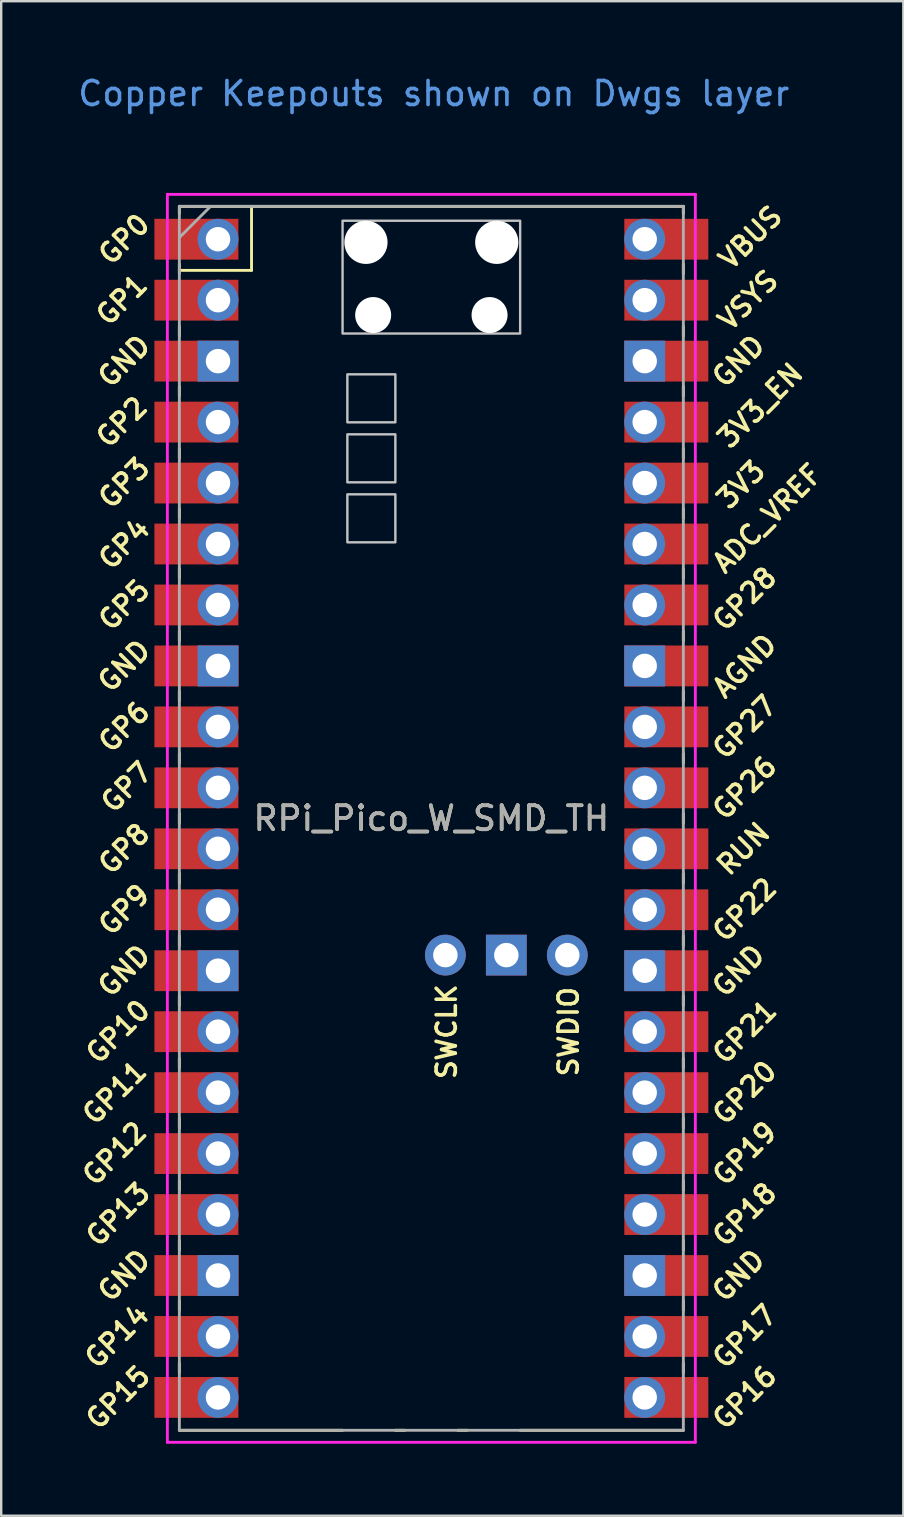
<source format=kicad_pcb>
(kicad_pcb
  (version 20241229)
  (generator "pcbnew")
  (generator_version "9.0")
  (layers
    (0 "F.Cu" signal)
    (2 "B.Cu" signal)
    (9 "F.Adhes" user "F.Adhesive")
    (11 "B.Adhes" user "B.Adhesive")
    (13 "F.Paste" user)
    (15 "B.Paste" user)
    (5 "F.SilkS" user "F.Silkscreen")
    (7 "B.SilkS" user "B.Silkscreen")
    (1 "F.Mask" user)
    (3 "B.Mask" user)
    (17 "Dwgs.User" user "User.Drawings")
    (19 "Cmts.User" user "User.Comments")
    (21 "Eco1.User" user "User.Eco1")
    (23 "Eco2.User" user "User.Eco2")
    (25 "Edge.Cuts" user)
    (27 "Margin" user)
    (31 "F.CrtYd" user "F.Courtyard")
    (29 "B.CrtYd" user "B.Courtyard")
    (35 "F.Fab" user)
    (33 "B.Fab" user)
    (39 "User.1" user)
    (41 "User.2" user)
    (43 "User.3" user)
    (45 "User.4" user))
  (footprint "RPi_Pico_W_SMD_TH"
    (layer "F.Cu")
    (at 14.924 31.048)
    (property "Reference" "RPi_Pico_W_SMD_TH" (at 0 0 0) (layer "F.SilkS") (effects (font (size 1 1) (thickness 0.15))))
    (attr through_hole)
    (fp_line (start -10.5 -25.5) (end -10.5 -25.2) (stroke (width 0.12) (type solid)) (layer "F.SilkS"))
    (fp_line (start -10.5 -25.5) (end 10.5 -25.5) (stroke (width 0.12) (type solid)) (layer "F.SilkS"))
    (fp_line (start -10.5 -23.1) (end -10.5 -22.7) (stroke (width 0.12) (type solid)) (layer "F.SilkS"))
    (fp_line (start -10.5 -22.833) (end -7.493 -22.833) (stroke (width 0.12) (type solid)) (layer "F.SilkS"))
    (fp_line (start -10.5 -20.5) (end -10.5 -20.1) (stroke (width 0.12) (type solid)) (layer "F.SilkS"))
    (fp_line (start -10.5 -18) (end -10.5 -17.6) (stroke (width 0.12) (type solid)) (layer "F.SilkS"))
    (fp_line (start -10.5 -15.4) (end -10.5 -15) (stroke (width 0.12) (type solid)) (layer "F.SilkS"))
    (fp_line (start -10.5 -12.9) (end -10.5 -12.5) (stroke (width 0.12) (type solid)) (layer "F.SilkS"))
    (fp_line (start -10.5 -10.4) (end -10.5 -10) (stroke (width 0.12) (type solid)) (layer "F.SilkS"))
    (fp_line (start -10.5 -7.8) (end -10.5 -7.4) (stroke (width 0.12) (type solid)) (layer "F.SilkS"))
    (fp_line (start -10.5 -5.3) (end -10.5 -4.9) (stroke (width 0.12) (type solid)) (layer "F.SilkS"))
    (fp_line (start -10.5 -2.7) (end -10.5 -2.3) (stroke (width 0.12) (type solid)) (layer "F.SilkS"))
    (fp_line (start -10.5 -0.2) (end -10.5 0.2) (stroke (width 0.12) (type solid)) (layer "F.SilkS"))
    (fp_line (start -10.5 2.3) (end -10.5 2.7) (stroke (width 0.12) (type solid)) (layer "F.SilkS"))
    (fp_line (start -10.5 4.9) (end -10.5 5.3) (stroke (width 0.12) (type solid)) (layer "F.SilkS"))
    (fp_line (start -10.5 7.4) (end -10.5 7.8) (stroke (width 0.12) (type solid)) (layer "F.SilkS"))
    (fp_line (start -10.5 10) (end -10.5 10.4) (stroke (width 0.12) (type solid)) (layer "F.SilkS"))
    (fp_line (start -10.5 12.5) (end -10.5 12.9) (stroke (width 0.12) (type solid)) (layer "F.SilkS"))
    (fp_line (start -10.5 15.1) (end -10.5 15.5) (stroke (width 0.12) (type solid)) (layer "F.SilkS"))
    (fp_line (start -10.5 17.6) (end -10.5 18) (stroke (width 0.12) (type solid)) (layer "F.SilkS"))
    (fp_line (start -10.5 20.1) (end -10.5 20.5) (stroke (width 0.12) (type solid)) (layer "F.SilkS"))
    (fp_line (start -10.5 22.7) (end -10.5 23.1) (stroke (width 0.12) (type solid)) (layer "F.SilkS"))
    (fp_line (start -7.493 -22.833) (end -7.493 -25.5) (stroke (width 0.12) (type solid)) (layer "F.SilkS"))
    (fp_line (start -3.7 25.5) (end -10.5 25.5) (stroke (width 0.12) (type solid)) (layer "F.SilkS"))
    (fp_line (start -1.5 25.5) (end -1.1 25.5) (stroke (width 0.12) (type solid)) (layer "F.SilkS"))
    (fp_line (start 1.1 25.5) (end 1.5 25.5) (stroke (width 0.12) (type solid)) (layer "F.SilkS"))
    (fp_line (start 10.5 -25.5) (end 10.5 -25.2) (stroke (width 0.12) (type solid)) (layer "F.SilkS"))
    (fp_line (start 10.5 -23.1) (end 10.5 -22.7) (stroke (width 0.12) (type solid)) (layer "F.SilkS"))
    (fp_line (start 10.5 -20.5) (end 10.5 -20.1) (stroke (width 0.12) (type solid)) (layer "F.SilkS"))
    (fp_line (start 10.5 -18) (end 10.5 -17.6) (stroke (width 0.12) (type solid)) (layer "F.SilkS"))
    (fp_line (start 10.5 -15.4) (end 10.5 -15) (stroke (width 0.12) (type solid)) (layer "F.SilkS"))
    (fp_line (start 10.5 -12.9) (end 10.5 -12.5) (stroke (width 0.12) (type solid)) (layer "F.SilkS"))
    (fp_line (start 10.5 -10.4) (end 10.5 -10) (stroke (width 0.12) (type solid)) (layer "F.SilkS"))
    (fp_line (start 10.5 -7.8) (end 10.5 -7.4) (stroke (width 0.12) (type solid)) (layer "F.SilkS"))
    (fp_line (start 10.5 -5.3) (end 10.5 -4.9) (stroke (width 0.12) (type solid)) (layer "F.SilkS"))
    (fp_line (start 10.5 -2.7) (end 10.5 -2.3) (stroke (width 0.12) (type solid)) (layer "F.SilkS"))
    (fp_line (start 10.5 -0.2) (end 10.5 0.2) (stroke (width 0.12) (type solid)) (layer "F.SilkS"))
    (fp_line (start 10.5 2.3) (end 10.5 2.7) (stroke (width 0.12) (type solid)) (layer "F.SilkS"))
    (fp_line (start 10.5 4.9) (end 10.5 5.3) (stroke (width 0.12) (type solid)) (layer "F.SilkS"))
    (fp_line (start 10.5 7.4) (end 10.5 7.8) (stroke (width 0.12) (type solid)) (layer "F.SilkS"))
    (fp_line (start 10.5 10) (end 10.5 10.4) (stroke (width 0.12) (type solid)) (layer "F.SilkS"))
    (fp_line (start 10.5 12.5) (end 10.5 12.9) (stroke (width 0.12) (type solid)) (layer "F.SilkS"))
    (fp_line (start 10.5 15.1) (end 10.5 15.5) (stroke (width 0.12) (type solid)) (layer "F.SilkS"))
    (fp_line (start 10.5 17.6) (end 10.5 18) (stroke (width 0.12) (type solid)) (layer "F.SilkS"))
    (fp_line (start 10.5 20.1) (end 10.5 20.5) (stroke (width 0.12) (type solid)) (layer "F.SilkS"))
    (fp_line (start 10.5 22.7) (end 10.5 23.1) (stroke (width 0.12) (type solid)) (layer "F.SilkS"))
    (fp_line (start 10.5 25.5) (end 3.7 25.5) (stroke (width 0.12) (type solid)) (layer "F.SilkS"))
    (fp_poly (pts (xy -1.5 -16.5) (xy -3.5 -16.5) (xy -3.5 -18.5) (xy -1.5 -18.5)) (stroke (width 0.1) (type solid)) (fill no) (layer "Dwgs.User"))
    (fp_poly (pts (xy -1.5 -14) (xy -3.5 -14) (xy -3.5 -16) (xy -1.5 -16)) (stroke (width 0.1) (type solid)) (fill no) (layer "Dwgs.User"))
    (fp_poly (pts (xy -1.5 -11.5) (xy -3.5 -11.5) (xy -3.5 -13.5) (xy -1.5 -13.5)) (stroke (width 0.1) (type solid)) (fill no) (layer "Dwgs.User"))
    (fp_poly (pts (xy 3.7 -20.2) (xy -3.7 -20.2) (xy -3.7 -24.9) (xy 3.7 -24.9)) (stroke (width 0.1) (type solid)) (fill no) (layer "Dwgs.User"))
    (fp_line (start -11 -26) (end 11 -26) (stroke (width 0.12) (type solid)) (layer "F.CrtYd"))
    (fp_line (start -11 26) (end -11 -26) (stroke (width 0.12) (type solid)) (layer "F.CrtYd"))
    (fp_line (start 11 -26) (end 11 26) (stroke (width 0.12) (type solid)) (layer "F.CrtYd"))
    (fp_line (start 11 26) (end -11 26) (stroke (width 0.12) (type solid)) (layer "F.CrtYd"))
    (fp_line (start -10.5 -25.5) (end 10.5 -25.5) (stroke (width 0.12) (type solid)) (layer "F.Fab"))
    (fp_line (start -10.5 -24.2) (end -9.2 -25.5) (stroke (width 0.12) (type solid)) (layer "F.Fab"))
    (fp_line (start -10.5 25.5) (end -10.5 -25.5) (stroke (width 0.12) (type solid)) (layer "F.Fab"))
    (fp_line (start 10.5 -25.5) (end 10.5 25.5) (stroke (width 0.12) (type solid)) (layer "F.Fab"))
    (fp_line (start 10.5 25.5) (end -10.5 25.5) (stroke (width 0.12) (type solid)) (layer "F.Fab"))
    (fp_text user "GND" (at -12.8 -19.05 45) (layer "F.SilkS") (effects (font (size 0.8 0.8) (thickness 0.15))))
    (fp_text user "GP1" (at -12.9 -21.6 45) (layer "F.SilkS") (effects (font (size 0.8 0.8) (thickness 0.15))))
    (fp_text user "GND" (at 12.8 19.05 45) (layer "F.SilkS") (effects (font (size 0.8 0.8) (thickness 0.15))))
    (fp_text user "SWCLK" (at 0.635 8.89 270) (layer "F.SilkS") (effects (font (size 0.8 0.8) (thickness 0.15))))
    (fp_text user "GP20" (at 13.054 11.43 45) (layer "F.SilkS") (effects (font (size 0.8 0.8) (thickness 0.15))))
    (fp_text user "GP9" (at -12.8 3.81 45) (layer "F.SilkS") (effects (font (size 0.8 0.8) (thickness 0.15))))
    (fp_text user "GP6" (at -12.8 -3.81 45) (layer "F.SilkS") (effects (font (size 0.8 0.8) (thickness 0.15))))
    (fp_text user "GP2" (at -12.9 -16.51 45) (layer "F.SilkS") (effects (font (size 0.8 0.8) (thickness 0.15))))
    (fp_text user "GP14" (at -13.1 21.59 45) (layer "F.SilkS") (effects (font (size 0.8 0.8) (thickness 0.15))))
    (fp_text user "GP18" (at 13.054 16.51 45) (layer "F.SilkS") (effects (font (size 0.8 0.8) (thickness 0.15))))
    (fp_text user "GP16" (at 13.054 24.13 45) (layer "F.SilkS") (effects (font (size 0.8 0.8) (thickness 0.15))))
    (fp_text user "3V3" (at 12.9 -13.9 45) (layer "F.SilkS") (effects (font (size 0.8 0.8) (thickness 0.15))))
    (fp_text user "GP13" (at -13.054 16.51 45) (layer "F.SilkS") (effects (font (size 0.8 0.8) (thickness 0.15))))
    (fp_text user "GP28" (at 13.054 -9.144 45) (layer "F.SilkS") (effects (font (size 0.8 0.8) (thickness 0.15))))
    (fp_text user "3V3_EN" (at 13.7 -17.2 45) (layer "F.SilkS") (effects (font (size 0.8 0.8) (thickness 0.15))))
    (fp_text user "GP11" (at -13.2 11.43 45) (layer "F.SilkS") (effects (font (size 0.8 0.8) (thickness 0.15))))
    (fp_text user "SWDIO" (at 5.715 8.89 270) (layer "F.SilkS") (effects (font (size 0.8 0.8) (thickness 0.15))))
    (fp_text user "GP22" (at 13.054 3.81 45) (layer "F.SilkS") (effects (font (size 0.8 0.8) (thickness 0.15))))
    (fp_text user "VSYS" (at 13.2 -21.59 45) (layer "F.SilkS") (effects (font (size 0.8 0.8) (thickness 0.15))))
    (fp_text user "ADC_VREF" (at 14 -12.5 45) (layer "F.SilkS") (effects (font (size 0.8 0.8) (thickness 0.15))))
    (fp_text user "GP17" (at 13.054 21.59 45) (layer "F.SilkS") (effects (font (size 0.8 0.8) (thickness 0.15))))
    (fp_text user "GND" (at -12.8 6.35 45) (layer "F.SilkS") (effects (font (size 0.8 0.8) (thickness 0.15))))
    (fp_text user "GP15" (at -13.054 24.13 45) (layer "F.SilkS") (effects (font (size 0.8 0.8) (thickness 0.15))))
    (fp_text user "GP7" (at -12.7 -1.3 45) (layer "F.SilkS") (effects (font (size 0.8 0.8) (thickness 0.15))))
    (fp_text user "GP21" (at 13.054 8.9 45) (layer "F.SilkS") (effects (font (size 0.8 0.8) (thickness 0.15))))
    (fp_text user "GND" (at 12.8 6.35 45) (layer "F.SilkS") (effects (font (size 0.8 0.8) (thickness 0.15))))
    (fp_text user "GP3" (at -12.8 -13.97 45) (layer "F.SilkS") (effects (font (size 0.8 0.8) (thickness 0.15))))
    (fp_text user "AGND" (at 13.054 -6.35 45) (layer "F.SilkS") (effects (font (size 0.8 0.8) (thickness 0.15))))
    (fp_text user "VBUS" (at 13.3 -24.2 45) (layer "F.SilkS") (effects (font (size 0.8 0.8) (thickness 0.15))))
    (fp_text user "GP5" (at -12.8 -8.89 45) (layer "F.SilkS") (effects (font (size 0.8 0.8) (thickness 0.15))))
    (fp_text user "GP27" (at 13.054 -3.8 45) (layer "F.SilkS") (effects (font (size 0.8 0.8) (thickness 0.15))))
    (fp_text user "GP0" (at -12.8 -24.13 45) (layer "F.SilkS") (effects (font (size 0.8 0.8) (thickness 0.15))))
    (fp_text user "GP19" (at 13.054 13.97 45) (layer "F.SilkS") (effects (font (size 0.8 0.8) (thickness 0.15))))
    (fp_text user "GP4" (at -12.8 -11.43 45) (layer "F.SilkS") (effects (font (size 0.8 0.8) (thickness 0.15))))
    (fp_text user "GP10" (at -13.054 8.89 45) (layer "F.SilkS") (effects (font (size 0.8 0.8) (thickness 0.15))))
    (fp_text user "GP12" (at -13.2 13.97 45) (layer "F.SilkS") (effects (font (size 0.8 0.8) (thickness 0.15))))
    (fp_text user "GP26" (at 13.054 -1.27 45) (layer "F.SilkS") (effects (font (size 0.8 0.8) (thickness 0.15))))
    (fp_text user "GND" (at -12.8 -6.35 45) (layer "F.SilkS") (effects (font (size 0.8 0.8) (thickness 0.15))))
    (fp_text user "GP8" (at -12.8 1.27 45) (layer "F.SilkS") (effects (font (size 0.8 0.8) (thickness 0.15))))
    (fp_text user "GND" (at 12.8 -19.05 45) (layer "F.SilkS") (effects (font (size 0.8 0.8) (thickness 0.15))))
    (fp_text user "RUN" (at 13 1.27 45) (layer "F.SilkS") (effects (font (size 0.8 0.8) (thickness 0.15))))
    (fp_text user "GND" (at -12.8 19.05 45) (layer "F.SilkS") (effects (font (size 0.8 0.8) (thickness 0.15))))
    (fp_text user "Copper Keepouts shown on Dwgs layer" (at 0.1 -30.2 0) (layer "Cmts.User") (effects (font (size 1 1) (thickness 0.15))))
    (fp_text user "${REFERENCE}" (at 0 0 180) (layer "F.Fab") (effects (font (size 1 1) (thickness 0.15))))
    (pad "" np_thru_hole oval (at -2.725 -24) (size 1.8 1.8) (drill 1.8) (layers "*.Cu" "*.Mask"))
    (pad "" np_thru_hole oval (at -2.425 -20.97) (size 1.5 1.5) (drill 1.5) (layers "*.Cu" "*.Mask"))
    (pad "" np_thru_hole oval (at 2.425 -20.97) (size 1.5 1.5) (drill 1.5) (layers "*.Cu" "*.Mask"))
    (pad "" np_thru_hole oval (at 2.725 -24) (size 1.8 1.8) (drill 1.8) (layers "*.Cu" "*.Mask"))
    (pad "1" thru_hole oval (at -8.89 -24.13) (size 1.7 1.7) (drill 1.02) (layers "*.Cu" "*.Mask"))
    (pad "1" smd rect (at -8.89 -24.13) (size 3.5 1.7) (drill (offset -0.9 0)) (layers "F.Cu" "F.Mask"))
    (pad "2" thru_hole oval (at -8.89 -21.59) (size 1.7 1.7) (drill 1.02) (layers "*.Cu" "*.Mask"))
    (pad "2" smd rect (at -8.89 -21.59) (size 3.5 1.7) (drill (offset -0.9 0)) (layers "F.Cu" "F.Mask"))
    (pad "3" thru_hole rect (at -8.89 -19.05) (size 1.7 1.7) (drill 1.02) (layers "*.Cu" "*.Mask"))
    (pad "3" smd rect (at -8.89 -19.05) (size 3.5 1.7) (drill (offset -0.9 0)) (layers "F.Cu" "F.Mask"))
    (pad "4" thru_hole oval (at -8.89 -16.51) (size 1.7 1.7) (drill 1.02) (layers "*.Cu" "*.Mask"))
    (pad "4" smd rect (at -8.89 -16.51) (size 3.5 1.7) (drill (offset -0.9 0)) (layers "F.Cu" "F.Mask"))
    (pad "5" thru_hole oval (at -8.89 -13.97) (size 1.7 1.7) (drill 1.02) (layers "*.Cu" "*.Mask"))
    (pad "5" smd rect (at -8.89 -13.97) (size 3.5 1.7) (drill (offset -0.9 0)) (layers "F.Cu" "F.Mask"))
    (pad "6" thru_hole oval (at -8.89 -11.43) (size 1.7 1.7) (drill 1.02) (layers "*.Cu" "*.Mask"))
    (pad "6" smd rect (at -8.89 -11.43) (size 3.5 1.7) (drill (offset -0.9 0)) (layers "F.Cu" "F.Mask"))
    (pad "7" thru_hole oval (at -8.89 -8.89) (size 1.7 1.7) (drill 1.02) (layers "*.Cu" "*.Mask"))
    (pad "7" smd rect (at -8.89 -8.89) (size 3.5 1.7) (drill (offset -0.9 0)) (layers "F.Cu" "F.Mask"))
    (pad "8" thru_hole rect (at -8.89 -6.35) (size 1.7 1.7) (drill 1.02) (layers "*.Cu" "*.Mask"))
    (pad "8" smd rect (at -8.89 -6.35) (size 3.5 1.7) (drill (offset -0.9 0)) (layers "F.Cu" "F.Mask"))
    (pad "9" thru_hole oval (at -8.89 -3.81) (size 1.7 1.7) (drill 1.02) (layers "*.Cu" "*.Mask"))
    (pad "9" smd rect (at -8.89 -3.81) (size 3.5 1.7) (drill (offset -0.9 0)) (layers "F.Cu" "F.Mask"))
    (pad "10" thru_hole oval (at -8.89 -1.27) (size 1.7 1.7) (drill 1.02) (layers "*.Cu" "*.Mask"))
    (pad "10" smd rect (at -8.89 -1.27) (size 3.5 1.7) (drill (offset -0.9 0)) (layers "F.Cu" "F.Mask"))
    (pad "11" thru_hole oval (at -8.89 1.27) (size 1.7 1.7) (drill 1.02) (layers "*.Cu" "*.Mask"))
    (pad "11" smd rect (at -8.89 1.27) (size 3.5 1.7) (drill (offset -0.9 0)) (layers "F.Cu" "F.Mask"))
    (pad "12" thru_hole oval (at -8.89 3.81) (size 1.7 1.7) (drill 1.02) (layers "*.Cu" "*.Mask"))
    (pad "12" smd rect (at -8.89 3.81) (size 3.5 1.7) (drill (offset -0.9 0)) (layers "F.Cu" "F.Mask"))
    (pad "13" thru_hole rect (at -8.89 6.35) (size 1.7 1.7) (drill 1.02) (layers "*.Cu" "*.Mask"))
    (pad "13" smd rect (at -8.89 6.35) (size 3.5 1.7) (drill (offset -0.9 0)) (layers "F.Cu" "F.Mask"))
    (pad "14" thru_hole oval (at -8.89 8.89) (size 1.7 1.7) (drill 1.02) (layers "*.Cu" "*.Mask"))
    (pad "14" smd rect (at -8.89 8.89) (size 3.5 1.7) (drill (offset -0.9 0)) (layers "F.Cu" "F.Mask"))
    (pad "15" thru_hole oval (at -8.89 11.43) (size 1.7 1.7) (drill 1.02) (layers "*.Cu" "*.Mask"))
    (pad "15" smd rect (at -8.89 11.43) (size 3.5 1.7) (drill (offset -0.9 0)) (layers "F.Cu" "F.Mask"))
    (pad "16" thru_hole oval (at -8.89 13.97) (size 1.7 1.7) (drill 1.02) (layers "*.Cu" "*.Mask"))
    (pad "16" smd rect (at -8.89 13.97) (size 3.5 1.7) (drill (offset -0.9 0)) (layers "F.Cu" "F.Mask"))
    (pad "17" thru_hole oval (at -8.89 16.51) (size 1.7 1.7) (drill 1.02) (layers "*.Cu" "*.Mask"))
    (pad "17" smd rect (at -8.89 16.51) (size 3.5 1.7) (drill (offset -0.9 0)) (layers "F.Cu" "F.Mask"))
    (pad "18" thru_hole rect (at -8.89 19.05) (size 1.7 1.7) (drill 1.02) (layers "*.Cu" "*.Mask"))
    (pad "18" smd rect (at -8.89 19.05) (size 3.5 1.7) (drill (offset -0.9 0)) (layers "F.Cu" "F.Mask"))
    (pad "19" thru_hole oval (at -8.89 21.59) (size 1.7 1.7) (drill 1.02) (layers "*.Cu" "*.Mask"))
    (pad "19" smd rect (at -8.89 21.59) (size 3.5 1.7) (drill (offset -0.9 0)) (layers "F.Cu" "F.Mask"))
    (pad "20" thru_hole oval (at -8.89 24.13) (size 1.7 1.7) (drill 1.02) (layers "*.Cu" "*.Mask"))
    (pad "20" smd rect (at -8.89 24.13) (size 3.5 1.7) (drill (offset -0.9 0)) (layers "F.Cu" "F.Mask"))
    (pad "21" thru_hole oval (at 8.89 24.13) (size 1.7 1.7) (drill 1.02) (layers "*.Cu" "*.Mask"))
    (pad "21" smd rect (at 8.89 24.13) (size 3.5 1.7) (drill (offset 0.9 0)) (layers "F.Cu" "F.Mask"))
    (pad "22" thru_hole oval (at 8.89 21.59) (size 1.7 1.7) (drill 1.02) (layers "*.Cu" "*.Mask"))
    (pad "22" smd rect (at 8.89 21.59) (size 3.5 1.7) (drill (offset 0.9 0)) (layers "F.Cu" "F.Mask"))
    (pad "23" thru_hole rect (at 8.89 19.05) (size 1.7 1.7) (drill 1.02) (layers "*.Cu" "*.Mask"))
    (pad "23" smd rect (at 8.89 19.05) (size 3.5 1.7) (drill (offset 0.9 0)) (layers "F.Cu" "F.Mask"))
    (pad "24" thru_hole oval (at 8.89 16.51) (size 1.7 1.7) (drill 1.02) (layers "*.Cu" "*.Mask"))
    (pad "24" smd rect (at 8.89 16.51) (size 3.5 1.7) (drill (offset 0.9 0)) (layers "F.Cu" "F.Mask"))
    (pad "25" thru_hole oval (at 8.89 13.97) (size 1.7 1.7) (drill 1.02) (layers "*.Cu" "*.Mask"))
    (pad "25" smd rect (at 8.89 13.97) (size 3.5 1.7) (drill (offset 0.9 0)) (layers "F.Cu" "F.Mask"))
    (pad "26" thru_hole oval (at 8.89 11.43) (size 1.7 1.7) (drill 1.02) (layers "*.Cu" "*.Mask"))
    (pad "26" smd rect (at 8.89 11.43) (size 3.5 1.7) (drill (offset 0.9 0)) (layers "F.Cu" "F.Mask"))
    (pad "27" thru_hole oval (at 8.89 8.89) (size 1.7 1.7) (drill 1.02) (layers "*.Cu" "*.Mask"))
    (pad "27" smd rect (at 8.89 8.89) (size 3.5 1.7) (drill (offset 0.9 0)) (layers "F.Cu" "F.Mask"))
    (pad "28" thru_hole rect (at 8.89 6.35) (size 1.7 1.7) (drill 1.02) (layers "*.Cu" "*.Mask"))
    (pad "28" smd rect (at 8.89 6.35) (size 3.5 1.7) (drill (offset 0.9 0)) (layers "F.Cu" "F.Mask"))
    (pad "29" thru_hole oval (at 8.89 3.81) (size 1.7 1.7) (drill 1.02) (layers "*.Cu" "*.Mask"))
    (pad "29" smd rect (at 8.89 3.81) (size 3.5 1.7) (drill (offset 0.9 0)) (layers "F.Cu" "F.Mask"))
    (pad "30" thru_hole oval (at 8.89 1.27) (size 1.7 1.7) (drill 1.02) (layers "*.Cu" "*.Mask"))
    (pad "30" smd rect (at 8.89 1.27) (size 3.5 1.7) (drill (offset 0.9 0)) (layers "F.Cu" "F.Mask"))
    (pad "31" thru_hole oval (at 8.89 -1.27) (size 1.7 1.7) (drill 1.02) (layers "*.Cu" "*.Mask"))
    (pad "31" smd rect (at 8.89 -1.27) (size 3.5 1.7) (drill (offset 0.9 0)) (layers "F.Cu" "F.Mask"))
    (pad "32" thru_hole oval (at 8.89 -3.81) (size 1.7 1.7) (drill 1.02) (layers "*.Cu" "*.Mask"))
    (pad "32" smd rect (at 8.89 -3.81) (size 3.5 1.7) (drill (offset 0.9 0)) (layers "F.Cu" "F.Mask"))
    (pad "33" thru_hole rect (at 8.89 -6.35) (size 1.7 1.7) (drill 1.02) (layers "*.Cu" "*.Mask"))
    (pad "33" smd rect (at 8.89 -6.35) (size 3.5 1.7) (drill (offset 0.9 0)) (layers "F.Cu" "F.Mask"))
    (pad "34" thru_hole oval (at 8.89 -8.89) (size 1.7 1.7) (drill 1.02) (layers "*.Cu" "*.Mask"))
    (pad "34" smd rect (at 8.89 -8.89) (size 3.5 1.7) (drill (offset 0.9 0)) (layers "F.Cu" "F.Mask"))
    (pad "35" thru_hole oval (at 8.89 -11.43) (size 1.7 1.7) (drill 1.02) (layers "*.Cu" "*.Mask"))
    (pad "35" smd rect (at 8.89 -11.43) (size 3.5 1.7) (drill (offset 0.9 0)) (layers "F.Cu" "F.Mask"))
    (pad "36" thru_hole oval (at 8.89 -13.97) (size 1.7 1.7) (drill 1.02) (layers "*.Cu" "*.Mask"))
    (pad "36" smd rect (at 8.89 -13.97) (size 3.5 1.7) (drill (offset 0.9 0)) (layers "F.Cu" "F.Mask"))
    (pad "37" thru_hole oval (at 8.89 -16.51) (size 1.7 1.7) (drill 1.02) (layers "*.Cu" "*.Mask"))
    (pad "37" smd rect (at 8.89 -16.51) (size 3.5 1.7) (drill (offset 0.9 0)) (layers "F.Cu" "F.Mask"))
    (pad "38" thru_hole rect (at 8.89 -19.05) (size 1.7 1.7) (drill 1.02) (layers "*.Cu" "*.Mask"))
    (pad "38" smd rect (at 8.89 -19.05) (size 3.5 1.7) (drill (offset 0.9 0)) (layers "F.Cu" "F.Mask"))
    (pad "39" thru_hole oval (at 8.89 -21.59) (size 1.7 1.7) (drill 1.02) (layers "*.Cu" "*.Mask"))
    (pad "39" smd rect (at 8.89 -21.59) (size 3.5 1.7) (drill (offset 0.9 0)) (layers "F.Cu" "F.Mask"))
    (pad "40" thru_hole oval (at 8.89 -24.13) (size 1.7 1.7) (drill 1.02) (layers "*.Cu" "*.Mask"))
    (pad "40" smd rect (at 8.89 -24.13) (size 3.5 1.7) (drill (offset 0.9 0)) (layers "F.Cu" "F.Mask"))
    (pad "41" thru_hole oval (at 0.584 5.7) (size 1.7 1.7) (drill 1.02) (layers "*.Cu" "*.Mask"))
    (pad "42" thru_hole rect (at 3.124 5.7) (size 1.7 1.7) (drill 1.02) (layers "*.Cu" "*.Mask"))
    (pad "43" thru_hole oval (at 5.664 5.7) (size 1.7 1.7) (drill 1.02) (layers "*.Cu" "*.Mask"))
    (zone (net_name "") (layers "F.Cu" "B.Cu" "F.SilkS") (name "AntennaKeepOut") (hatch edge 0.5) (connect_pads) (min_thickness 0.25) (filled_areas_thickness no) (keepout (tracks not_allowed) (vias not_allowed) (pads not_allowed) (copperpour not_allowed) (footprints allowed)) (placement (enabled no)) (fill) (polygon (pts (xy 8.574 56.448) (xy 8.574 46.923) (xy 21.274 46.923) (xy 21.274 56.548)))))
  (gr_rect
    (start -3 -3)
    (end 34.591 60.108)
    (stroke (width 0.1) (type default))
    (fill no)
    (layer "Edge.Cuts")))
</source>
